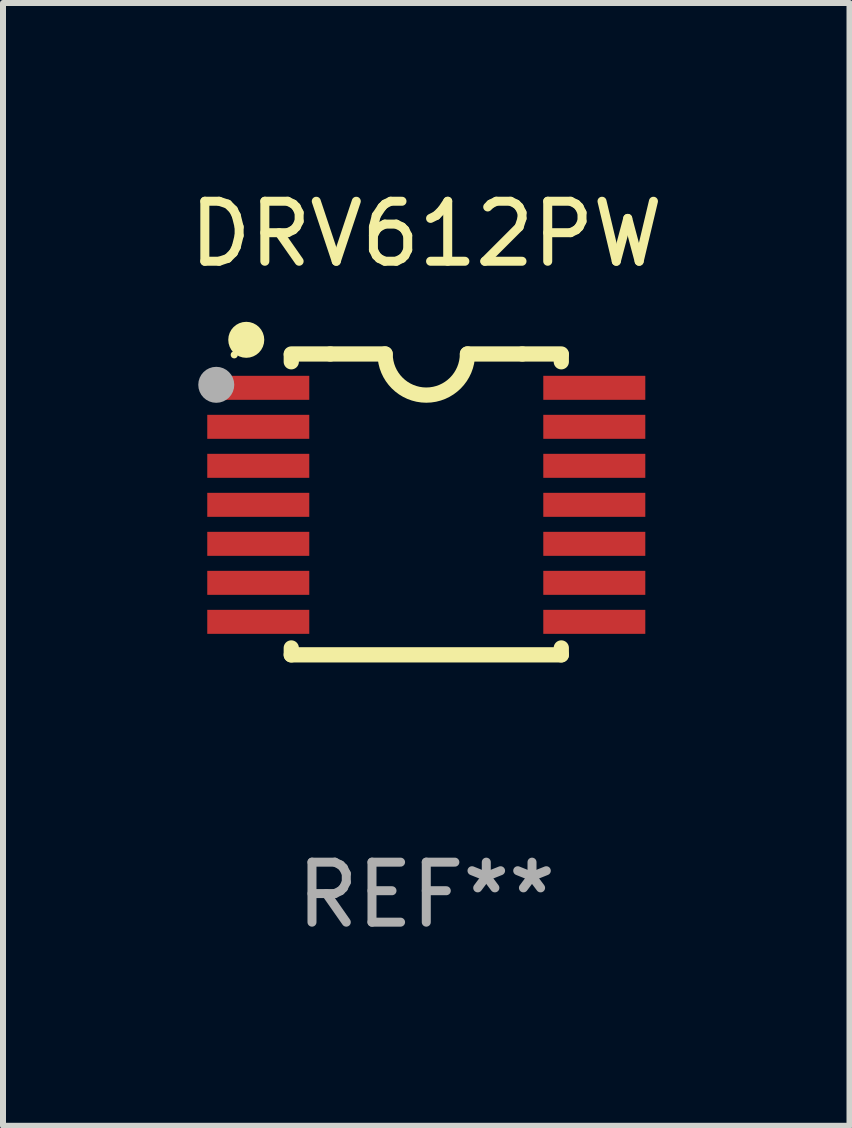
<source format=kicad_pcb>
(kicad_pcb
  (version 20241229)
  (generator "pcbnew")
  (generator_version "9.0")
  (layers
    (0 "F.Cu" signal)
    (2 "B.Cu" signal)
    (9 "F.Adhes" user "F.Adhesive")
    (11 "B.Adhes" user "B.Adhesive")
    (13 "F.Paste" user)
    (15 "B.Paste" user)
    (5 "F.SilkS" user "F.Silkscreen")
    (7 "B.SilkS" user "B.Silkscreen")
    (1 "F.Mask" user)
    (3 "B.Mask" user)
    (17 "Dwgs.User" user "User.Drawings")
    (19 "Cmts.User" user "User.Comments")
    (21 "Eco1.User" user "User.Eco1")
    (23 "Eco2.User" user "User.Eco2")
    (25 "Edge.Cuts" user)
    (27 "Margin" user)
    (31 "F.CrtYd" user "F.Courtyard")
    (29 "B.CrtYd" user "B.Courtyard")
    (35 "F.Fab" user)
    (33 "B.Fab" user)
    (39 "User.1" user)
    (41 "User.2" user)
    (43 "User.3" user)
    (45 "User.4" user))
  (footprint "DRV612PW"
    (layer "F.Cu")
    (at 4.054 5.356)
    (property "Reference" "DRV612PW" (at 0 -4.507 0) (layer "F.SilkS") (effects (font (size 1 1) (thickness 0.15))))
    (attr through_hole)
    (fp_line (start -2.25 -2.377) (end -2.25 -2.493) (stroke (width 0.254) (type solid)) (layer "F.SilkS"))
    (fp_line (start -2.25 2.507) (end -2.25 2.392) (stroke (width 0.254) (type solid)) (layer "F.SilkS"))
    (fp_line (start -1.6 -2.507) (end -2.25 -2.507) (stroke (width 0.254) (type solid)) (layer "F.SilkS"))
    (fp_line (start -1.6 -2.507) (end -0.686 -2.507) (stroke (width 0.254) (type solid)) (layer "F.SilkS"))
    (fp_line (start 0.686 -2.507) (end 1.6 -2.507) (stroke (width 0.254) (type solid)) (layer "F.SilkS"))
    (fp_line (start 1.6 -2.507) (end 2.25 -2.507) (stroke (width 0.254) (type solid)) (layer "F.SilkS"))
    (fp_line (start 2.25 -2.493) (end 2.25 -2.377) (stroke (width 0.254) (type solid)) (layer "F.SilkS"))
    (fp_line (start 2.25 2.392) (end 2.25 2.507) (stroke (width 0.254) (type solid)) (layer "F.SilkS"))
    (fp_line (start 2.25 2.507) (end -2.25 2.507) (stroke (width 0.254) (type solid)) (layer "F.SilkS"))
    (fp_arc (start 0.685852 -2.507303) (mid 0.000051 -1.821502) (end -0.68575 -2.507303) (stroke (width 0.254001) (type solid)) (layer "F.SilkS"))
    (fp_circle (center -3.2 -2.493) (end -3.17 -2.493) (stroke (width 0.06) (type solid)) (fill no) (layer "F.SilkS"))
    (fp_circle (center -3 -2.743) (end -2.85 -2.743) (stroke (width 0.3) (type solid)) (fill no) (layer "F.SilkS"))
    (fp_circle (center -3.5 -1.993) (end -3.35 -1.993) (stroke (width 0.3) (type solid)) (fill no) (layer "F.Fab"))
    (fp_text user "REF**" (at 0 6.507 0) (layer "F.Fab") (effects (font (size 1 1) (thickness 0.15))))
    (pad "1" smd rect (at -2.8 -1.943) (size 1.7 0.4) (layers "F.Cu" "F.Mask" "F.Paste"))
    (pad "2" smd rect (at -2.8 -1.293) (size 1.7 0.4) (layers "F.Cu" "F.Mask" "F.Paste"))
    (pad "3" smd rect (at -2.8 -0.643) (size 1.7 0.4) (layers "F.Cu" "F.Mask" "F.Paste"))
    (pad "4" smd rect (at -2.8 0.007) (size 1.7 0.4) (layers "F.Cu" "F.Mask" "F.Paste"))
    (pad "5" smd rect (at -2.8 0.657) (size 1.7 0.4) (layers "F.Cu" "F.Mask" "F.Paste"))
    (pad "6" smd rect (at -2.8 1.307) (size 1.7 0.4) (layers "F.Cu" "F.Mask" "F.Paste"))
    (pad "7" smd rect (at -2.8 1.957) (size 1.7 0.4) (layers "F.Cu" "F.Mask" "F.Paste"))
    (pad "8" smd rect (at 2.8 1.957) (size 1.7 0.4) (layers "F.Cu" "F.Mask" "F.Paste"))
    (pad "9" smd rect (at 2.8 1.307) (size 1.7 0.4) (layers "F.Cu" "F.Mask" "F.Paste"))
    (pad "10" smd rect (at 2.8 0.657) (size 1.7 0.4) (layers "F.Cu" "F.Mask" "F.Paste"))
    (pad "11" smd rect (at 2.8 0.007) (size 1.7 0.4) (layers "F.Cu" "F.Mask" "F.Paste"))
    (pad "12" smd rect (at 2.8 -0.643) (size 1.7 0.4) (layers "F.Cu" "F.Mask" "F.Paste"))
    (pad "13" smd rect (at 2.8 -1.293) (size 1.7 0.4) (layers "F.Cu" "F.Mask" "F.Paste"))
    (pad "14" smd rect (at 2.8 -1.943) (size 1.7 0.4) (layers "F.Cu" "F.Mask" "F.Paste")))
  (gr_rect
    (start -3 -3)
    (end 11.107 15.711)
    (stroke (width 0.1) (type default))
    (fill no)
    (layer "Edge.Cuts")))
</source>
